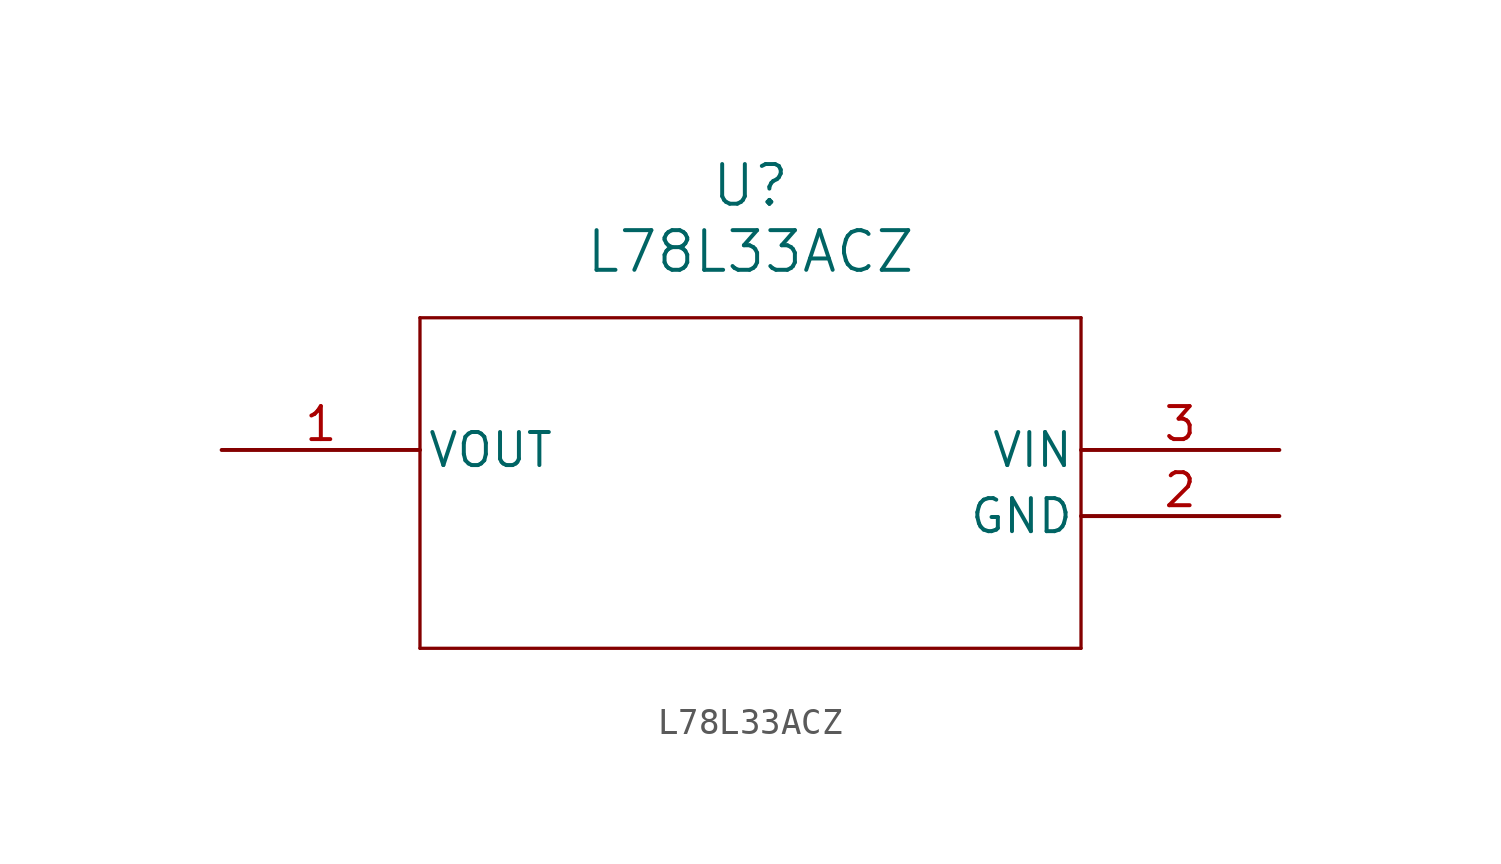
<source format=kicad_sym>
(kicad_symbol_lib
  (version 20211014)
  (generator kicad_symbol_editor)
  (symbol "L78L33ACZ"
    (pin_names
      (offset 0.254))
    (property "Reference" "U"
      (at 20.32 10.16 0)
      (effects (font (size 1.524 1.524))))
    (property "Value" "L78L33ACZ"
      (at 20.32 7.62 0)
      (effects (font (size 1.524 1.524))))
    (symbol "L78L33ACZ_0_1"
      (polyline (pts (xy 7.62 5.08) (xy 7.62 -7.62)) (stroke (width 0.127) (type default) (color 0 0 0 0)) (fill (type none)))
      (polyline (pts (xy 7.62 -7.62) (xy 33.02 -7.62)) (stroke (width 0.127) (type default) (color 0 0 0 0)) (fill (type none)))
      (polyline (pts (xy 33.02 -7.62) (xy 33.02 5.08)) (stroke (width 0.127) (type default) (color 0 0 0 0)) (fill (type none)))
      (polyline (pts (xy 33.02 5.08) (xy 7.62 5.08)) (stroke (width 0.127) (type default) (color 0 0 0 0)) (fill (type none)))
      (pin unspecified line (at 0 0 0) (length 7.62) (name "VOUT" (effects (font (size 1.27 1.27)))) (number "1" (effects (font (size 1.27 1.27)))))
      (pin unspecified line (at 40.64 -2.54 180) (length 7.62) (name "GND" (effects (font (size 1.27 1.27)))) (number "2" (effects (font (size 1.27 1.27)))))
      (pin unspecified line (at 40.64 0 180) (length 7.62) (name "VIN" (effects (font (size 1.27 1.27)))) (number "3" (effects (font (size 1.27 1.27))))))))
</source>
